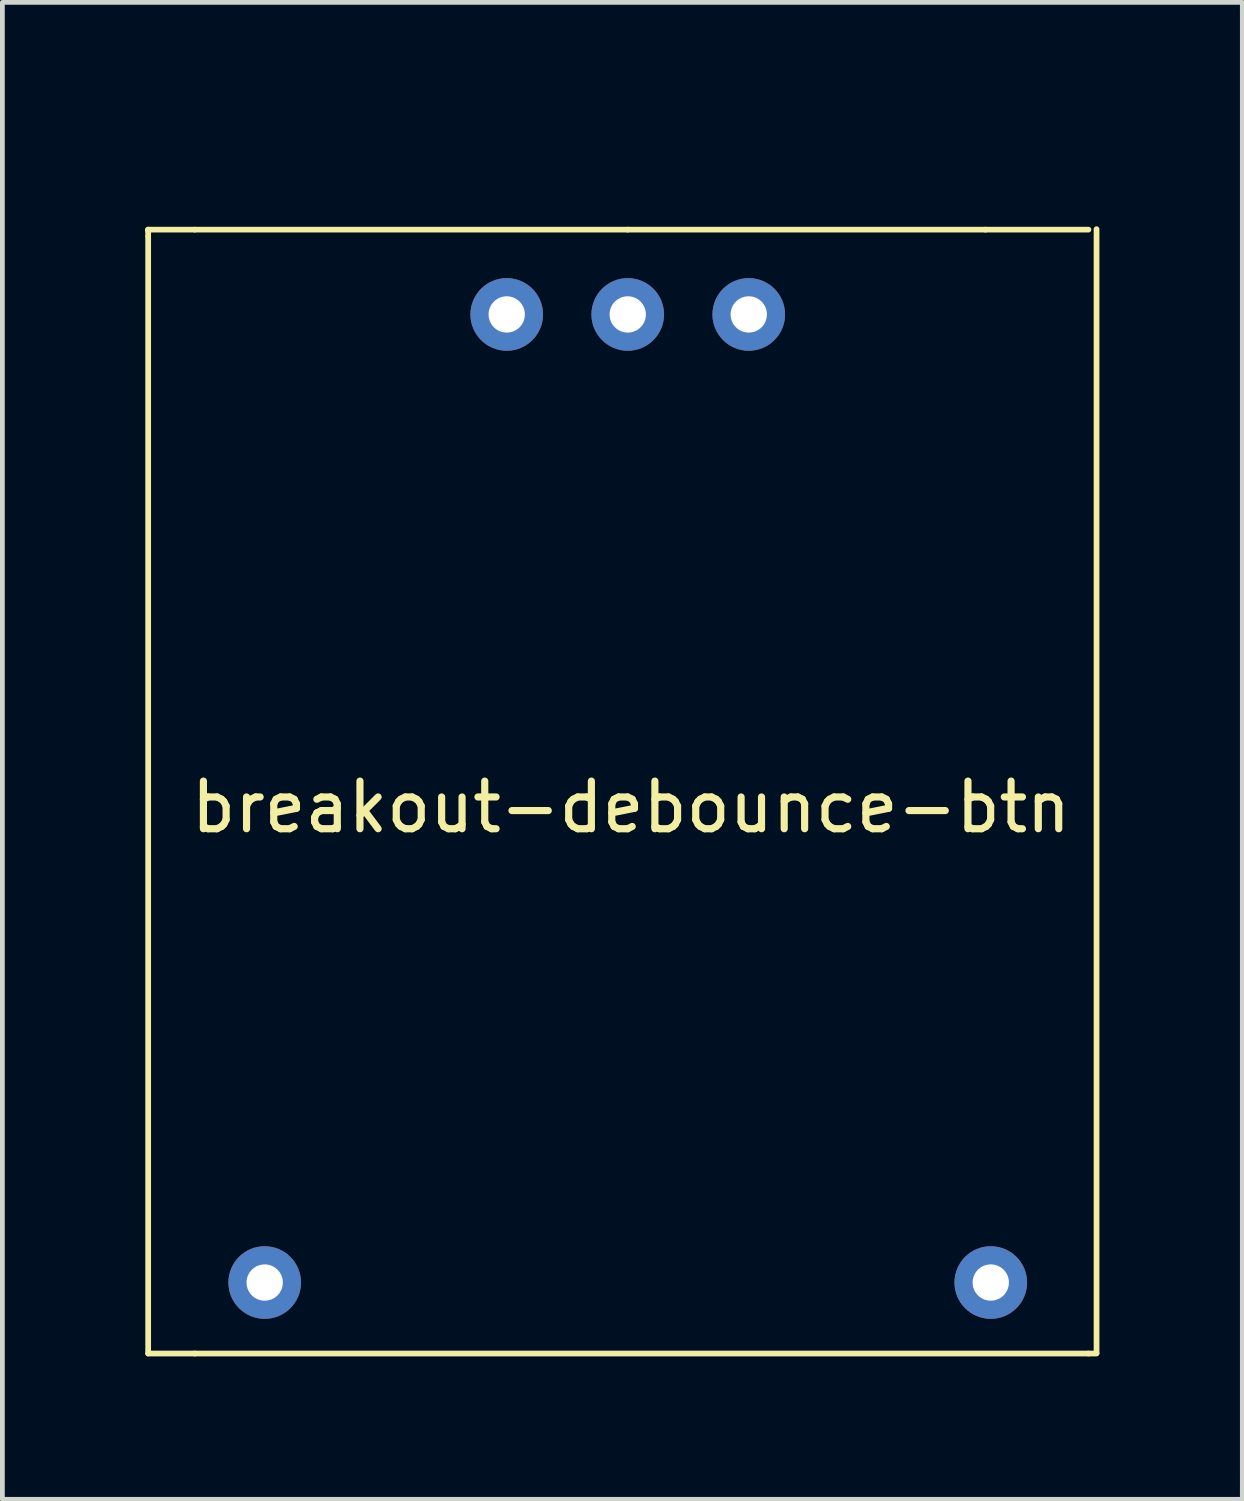
<source format=kicad_pcb>
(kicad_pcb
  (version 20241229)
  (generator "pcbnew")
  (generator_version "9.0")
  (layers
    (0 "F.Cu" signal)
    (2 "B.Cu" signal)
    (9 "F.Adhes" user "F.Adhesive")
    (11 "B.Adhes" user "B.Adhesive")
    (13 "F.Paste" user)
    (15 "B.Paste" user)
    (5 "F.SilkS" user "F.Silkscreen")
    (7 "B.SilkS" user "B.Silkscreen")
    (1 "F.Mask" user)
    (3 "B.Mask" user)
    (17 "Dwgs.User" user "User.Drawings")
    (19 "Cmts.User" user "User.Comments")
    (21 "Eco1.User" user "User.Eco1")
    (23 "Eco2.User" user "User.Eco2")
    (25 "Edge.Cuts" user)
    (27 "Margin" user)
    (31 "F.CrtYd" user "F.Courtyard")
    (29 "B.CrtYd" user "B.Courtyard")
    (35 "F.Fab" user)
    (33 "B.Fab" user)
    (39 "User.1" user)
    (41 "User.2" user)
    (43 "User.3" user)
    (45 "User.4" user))
  (footprint "breakout-debounce-btn"
    (layer "F.Cu")
    (at 7.426 0.25)
    (property "Reference" "breakout-debounce-btn" (at 2.77 13.64 0) (layer "F.SilkS") (effects (font (size 1 1) (thickness 0.15))))
    (attr through_hole)
    (fp_line (start -7.366 1.52) (end -6.39 1.52) (stroke (width 0.12) (type solid)) (layer "F.SilkS"))
    (fp_line (start -7.366 1.53) (end -7.366 1.52) (stroke (width 0.12) (type solid)) (layer "F.SilkS"))
    (fp_line (start -7.366 1.55) (end -7.366 1.53) (stroke (width 0.12) (type solid)) (layer "F.SilkS"))
    (fp_line (start -7.366 1.66) (end -7.366 1.55) (stroke (width 0.12) (type solid)) (layer "F.SilkS"))
    (fp_line (start -7.366 25.11) (end -7.366 1.66) (stroke (width 0.12) (type solid)) (layer "F.SilkS"))
    (fp_line (start -7.366 25.11) (end -6.39 25.11) (stroke (width 0.12) (type solid)) (layer "F.SilkS"))
    (fp_line (start -6.39 1.52) (end 2.7 1.52) (stroke (width 0.12) (type solid)) (layer "F.SilkS"))
    (fp_line (start 2.7 1.52) (end 10.21 1.52) (stroke (width 0.12) (type solid)) (layer "F.SilkS"))
    (fp_line (start 10.21 1.52) (end 12.37 1.52) (stroke (width 0.12) (type solid)) (layer "F.SilkS"))
    (fp_line (start 12.37 25.11) (end -6.39 25.11) (stroke (width 0.12) (type solid)) (layer "F.SilkS"))
    (fp_line (start 12.37 25.11) (end 12.54 25.11) (stroke (width 0.12) (type solid)) (layer "F.SilkS"))
    (fp_line (start 12.54 1.51) (end 12.54 25.1) (stroke (width 0.12) (type solid)) (layer "F.SilkS"))
    (pad "" thru_hole circle (at 0.16 3.3) (size 1.524 1.524) (drill 0.762) (layers "*.Cu" "*.Mask"))
    (pad "" thru_hole circle (at 5.24 3.3) (size 1.524 1.524) (drill 0.762) (layers "*.Cu" "*.Mask"))
    (pad "1" thru_hole circle (at -4.92 23.62) (size 1.524 1.524) (drill 0.762) (layers "*.Cu" "*.Mask"))
    (pad "2" thru_hole circle (at 10.32 23.62) (size 1.524 1.524) (drill 0.762) (layers "*.Cu" "*.Mask"))
    (pad "3" thru_hole circle (at 2.7 3.3) (size 1.524 1.524) (drill 0.762) (layers "*.Cu" "*.Mask")))
  (gr_rect
    (start -3 -3)
    (end 23.026 28.42)
    (stroke (width 0.1) (type default))
    (fill no)
    (layer "Edge.Cuts")))
</source>
